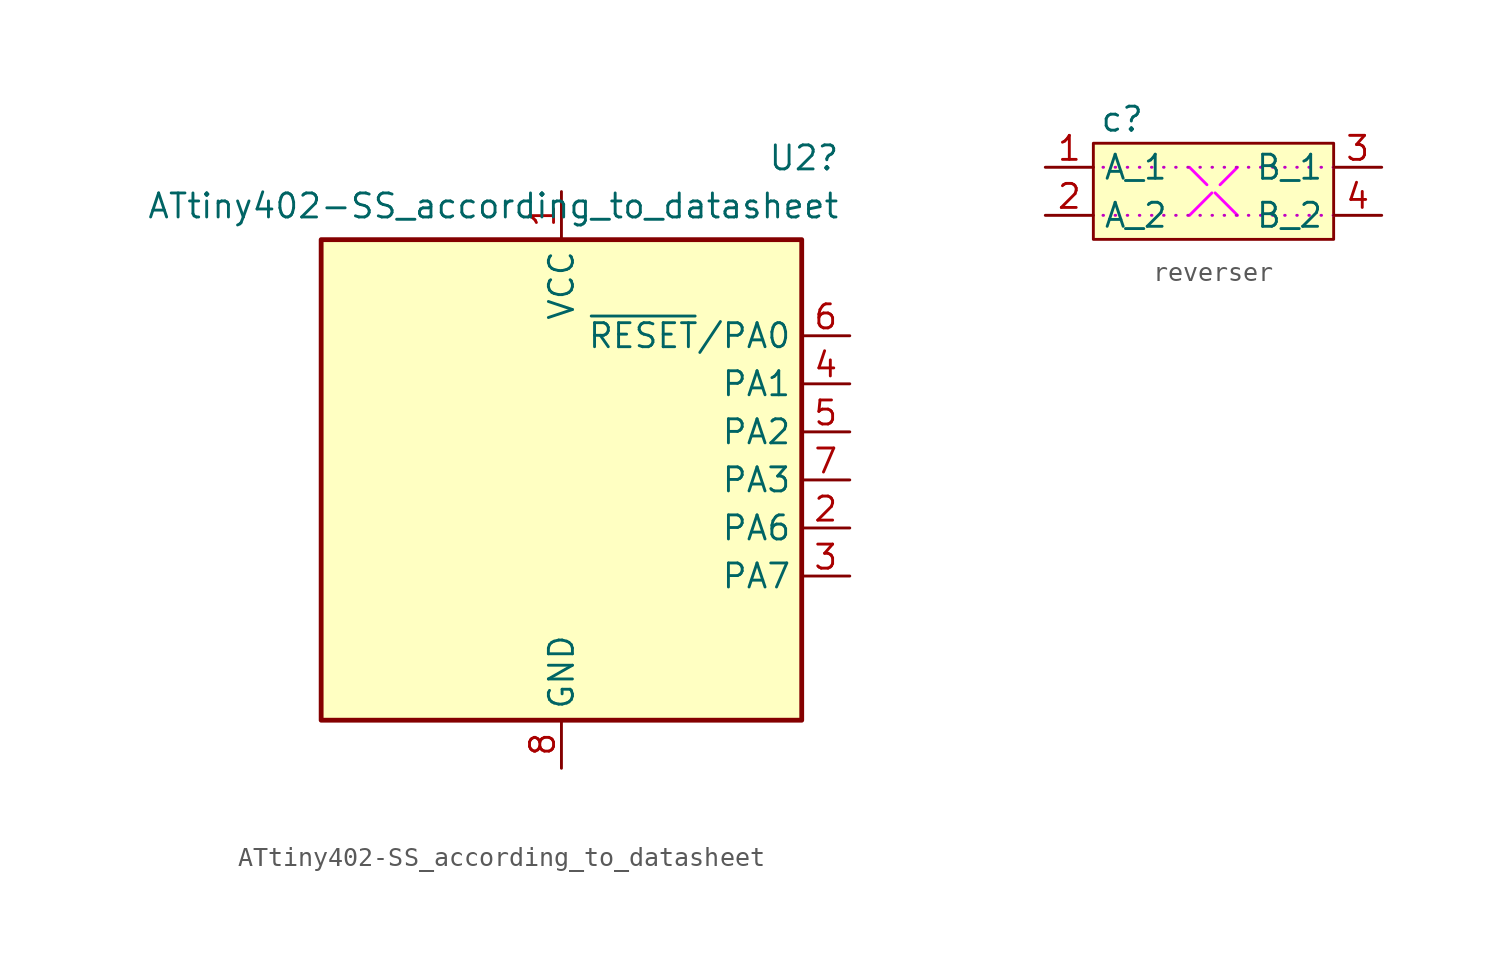
<source format=kicad_sym>
(kicad_symbol_lib
  (version 20231120)
  (generator "kicad_symbol_editor")
  (generator_version "8.0")
  (symbol "ATtiny402-SS_according_to_datasheet"
    (property "Reference" "U2"
      (at 14.732 17.018 0)
      (effects (font (size 1.27 1.27)) (justify right)))
    (property "Value" "ATtiny402-SS_according_to_datasheet"
      (at 14.732 14.478 0)
      (effects (font (size 1.27 1.27)) (justify right)))
    (symbol "ATtiny402-SS_according_to_datasheet_0_1"
      (rectangle (start -12.7 -12.7) (end 12.7 12.7) (stroke (width 0.254) (type default)) (fill (type background))))
    (symbol "ATtiny402-SS_according_to_datasheet_1_1"
      (pin power_in line (at 0 15.24 270) (length 2.54) (name "VCC" (effects (font (size 1.27 1.27)))) (number "1" (effects (font (size 1.27 1.27)))))
      (pin bidirectional line (at 15.24 -2.54 180) (length 2.54) (name "PA6" (effects (font (size 1.27 1.27)))) (number "2" (effects (font (size 1.27 1.27)))))
      (pin bidirectional line (at 15.24 -5.08 180) (length 2.54) (name "PA7" (effects (font (size 1.27 1.27)))) (number "3" (effects (font (size 1.27 1.27)))))
      (pin bidirectional line (at 15.24 5.08 180) (length 2.54) (name "PA1" (effects (font (size 1.27 1.27)))) (number "4" (effects (font (size 1.27 1.27)))))
      (pin bidirectional line (at 15.24 2.54 180) (length 2.54) (name "PA2" (effects (font (size 1.27 1.27)))) (number "5" (effects (font (size 1.27 1.27)))))
      (pin bidirectional line (at 15.24 7.62 180) (length 2.54) (name "~{RESET}/PA0" (effects (font (size 1.27 1.27)))) (number "6" (effects (font (size 1.27 1.27)))))
      (pin bidirectional line (at 15.24 0 180) (length 2.54) (name "PA3" (effects (font (size 1.27 1.27)))) (number "7" (effects (font (size 1.27 1.27)))))
      (pin power_in line (at 0 -15.24 90) (length 2.54) (name "GND" (effects (font (size 1.27 1.27)))) (number "8" (effects (font (size 1.27 1.27)))))))
  (symbol "reverser"
    (property "Reference" "c"
      (at -4.826 3.81 0)
      (effects (font (size 1.27 1.27))))
    (property "Value" ""
      (at -2.54 5.08 0)
      (effects (font (size 1.27 1.27))))
    (symbol "reverser_1_1"
      (rectangle (start -6.35 2.54) (end 6.35 -2.54) (stroke (width 0) (type default)) (fill (type background)))
      (polyline (pts (xy -1.27 -1.27) (xy 1.27 1.27)) (stroke (width 0) (type dash) (color 255 0 255 1)) (fill (type none)))
      (polyline (pts (xy 1.27 -1.27) (xy -1.27 1.27)) (stroke (width 0) (type dash) (color 255 0 255 1)) (fill (type none)))
      (polyline (pts (xy 6.35 -1.27) (xy -6.35 -1.27)) (stroke (width 0) (type dot) (color 194 0 194 1)) (fill (type none)))
      (polyline (pts (xy 6.35 1.27) (xy -6.35 1.27)) (stroke (width 0) (type dot) (color 194 0 194 1)) (fill (type none)))
      (pin bidirectional line (at -8.89 1.27 0) (length 2.54) (name "A_1" (effects (font (size 1.27 1.27)))) (number "1" (effects (font (size 1.27 1.27)))))
      (pin bidirectional line (at -8.89 -1.27 0) (length 2.54) (name "A_2" (effects (font (size 1.27 1.27)))) (number "2" (effects (font (size 1.27 1.27)))))
      (pin bidirectional line (at 8.89 1.27 180) (length 2.54) (name "B_1" (effects (font (size 1.27 1.27)))) (number "3" (effects (font (size 1.27 1.27)))))
      (pin bidirectional line (at 8.89 -1.27 180) (length 2.54) (name "B_2" (effects (font (size 1.27 1.27)))) (number "4" (effects (font (size 1.27 1.27))))))))
</source>
